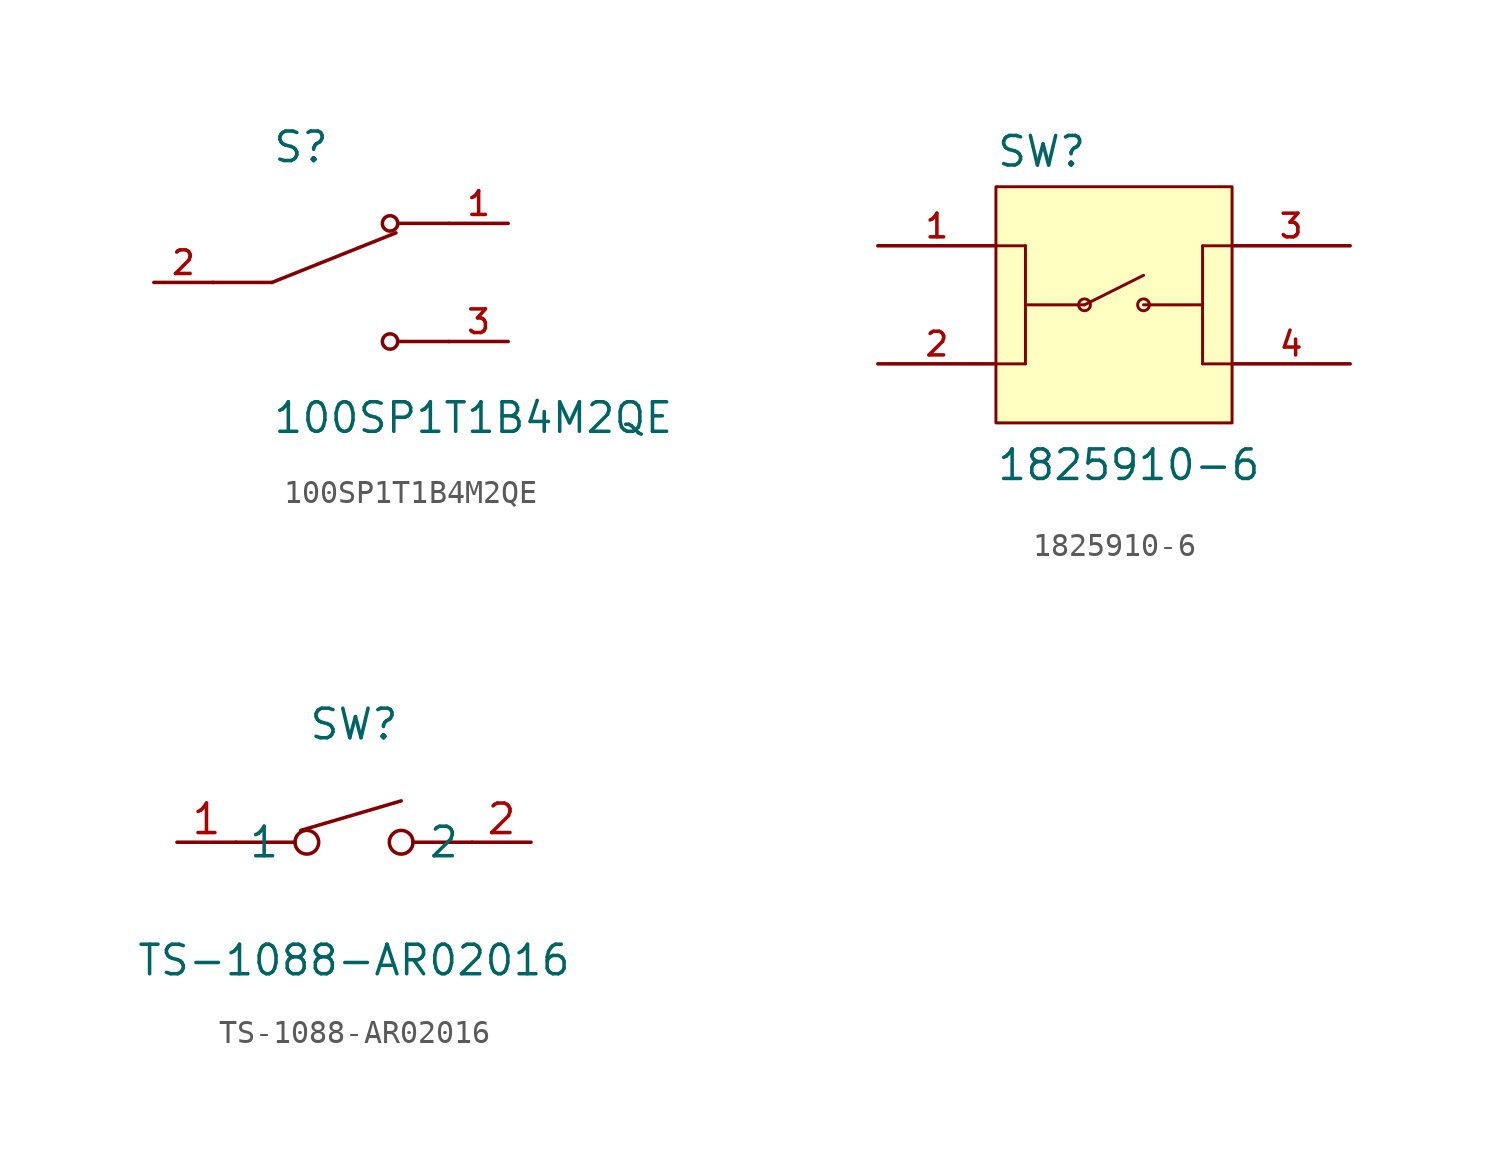
<source format=kicad_sym>
(kicad_symbol_lib
  (version 20241209)
  (generator "kicad_symbol_editor")
  (generator_version "9.0")
  (symbol "100SP1T1B4M2QE"
    (pin_names
      (offset 1.016))
    (property "Reference" "S"
      (at -2.54 5.08 0)
      (effects (font (size 1.27 1.27)) (justify left bottom)))
    (property "Value" "100SP1T1B4M2QE"
      (at -2.54 -5.08 0)
      (effects (font (size 1.27 1.27)) (justify left top)))
    (symbol "100SP1T1B4M2QE_0_0"
      (polyline (pts (xy -2.54 0) (xy -5.08 0)) (stroke (width 0.152) (type default)) (fill (type none)))
      (polyline (pts (xy -2.54 0) (xy 2.794 2.134)) (stroke (width 0.152) (type default)) (fill (type none)))
      (circle (center 2.54 2.54) (radius 0.33) (stroke (width 0.152) (type default)) (fill (type none)))
      (circle (center 2.54 -2.54) (radius 0.33) (stroke (width 0.152) (type default)) (fill (type none)))
      (polyline (pts (xy 5.08 2.54) (xy 2.921 2.54)) (stroke (width 0.152) (type default)) (fill (type none)))
      (polyline (pts (xy 5.08 -2.54) (xy 2.921 -2.54)) (stroke (width 0.152) (type default)) (fill (type none)))
      (pin passive line (at -7.62 0 0) (length 2.54) (name "~" (effects (font (size 1.016 1.016)))) (number "2" (effects (font (size 1.016 1.016)))))
      (pin passive line (at 7.62 2.54 180) (length 2.54) (name "~" (effects (font (size 1.016 1.016)))) (number "1" (effects (font (size 1.016 1.016)))))
      (pin passive line (at 7.62 -2.54 180) (length 2.54) (name "~" (effects (font (size 1.016 1.016)))) (number "3" (effects (font (size 1.016 1.016)))))))
  (symbol "1825910-6"
    (pin_names
      (offset 1.016))
    (property "Reference" "SW"
      (at -5.09 5.853 0)
      (effects (font (size 1.27 1.27)) (justify left bottom)))
    (property "Value" "1825910-6"
      (at -5.088 -7.633 0)
      (effects (font (size 1.27 1.27)) (justify left bottom)))
    (symbol "1825910-6_0_0"
      (rectangle (start -5.08 5.08) (end 5.08 -5.08) (stroke (width 0.127) (type default)) (fill (type background)))
      (polyline (pts (xy -5.08 2.54) (xy -3.81 2.54)) (stroke (width 0.127) (type default)) (fill (type none)))
      (polyline (pts (xy -3.81 2.54) (xy -3.81 0)) (stroke (width 0.127) (type default)) (fill (type none)))
      (polyline (pts (xy -3.81 0) (xy -3.81 -2.54)) (stroke (width 0.127) (type default)) (fill (type none)))
      (polyline (pts (xy -3.81 0) (xy -1.27 0)) (stroke (width 0.127) (type default)) (fill (type none)))
      (polyline (pts (xy -3.81 -2.54) (xy -5.08 -2.54)) (stroke (width 0.127) (type default)) (fill (type none)))
      (circle (center -1.27 0) (radius 0.254) (stroke (width 0.127) (type default)) (fill (type none)))
      (polyline (pts (xy -1.27 0) (xy 1.27 1.27)) (stroke (width 0.127) (type default)) (fill (type none)))
      (polyline (pts (xy 1.27 0) (xy 3.81 0)) (stroke (width 0.127) (type default)) (fill (type none)))
      (circle (center 1.27 0) (radius 0.254) (stroke (width 0.127) (type default)) (fill (type none)))
      (polyline (pts (xy 3.81 2.54) (xy 5.08 2.54)) (stroke (width 0.127) (type default)) (fill (type none)))
      (polyline (pts (xy 3.81 0) (xy 3.81 2.54)) (stroke (width 0.127) (type default)) (fill (type none)))
      (polyline (pts (xy 3.81 0) (xy 3.81 -2.54)) (stroke (width 0.127) (type default)) (fill (type none)))
      (polyline (pts (xy 3.81 -2.54) (xy 5.08 -2.54)) (stroke (width 0.127) (type default)) (fill (type none)))
      (pin passive line (at -10.16 2.54 0) (length 5.08) (name "~" (effects (font (size 1.016 1.016)))) (number "1" (effects (font (size 1.016 1.016)))))
      (pin passive line (at -10.16 -2.54 0) (length 5.08) (name "~" (effects (font (size 1.016 1.016)))) (number "2" (effects (font (size 1.016 1.016)))))
      (pin passive line (at 10.16 2.54 180) (length 5.08) (name "~" (effects (font (size 1.016 1.016)))) (number "3" (effects (font (size 1.016 1.016)))))
      (pin passive line (at 10.16 -2.54 180) (length 5.08) (name "~" (effects (font (size 1.016 1.016)))) (number "4" (effects (font (size 1.016 1.016)))))))
  (symbol "TS-1088-AR02016"
    (property "Reference" "SW"
      (at 0 5.08 0)
      (effects (font (size 1.27 1.27))))
    (property "Value" "TS-1088-AR02016"
      (at 0 -5.08 0)
      (effects (font (size 1.27 1.27))))
    (symbol "TS-1088-AR02016_0_1"
      (polyline (pts (xy -5.08 0) (xy -2.54 0)) (stroke (width 0) (type default)) (fill (type none)))
      (polyline (pts (xy -2.29 0.51) (xy 2.03 1.78)) (stroke (width 0) (type default)) (fill (type none)))
      (circle (center -2.03 0) (radius 0.51) (stroke (width 0) (type default)) (fill (type none)))
      (circle (center 2.03 0) (radius 0.51) (stroke (width 0) (type default)) (fill (type none)))
      (polyline (pts (xy 5.08 0) (xy 2.54 0)) (stroke (width 0) (type default)) (fill (type none)))
      (pin unspecified line (at -7.62 0 0) (length 2.54) (name "1" (effects (font (size 1.27 1.27)))) (number "1" (effects (font (size 1.27 1.27)))))
      (pin unspecified line (at 7.62 0 180) (length 2.54) (name "2" (effects (font (size 1.27 1.27)))) (number "2" (effects (font (size 1.27 1.27))))))))
</source>
